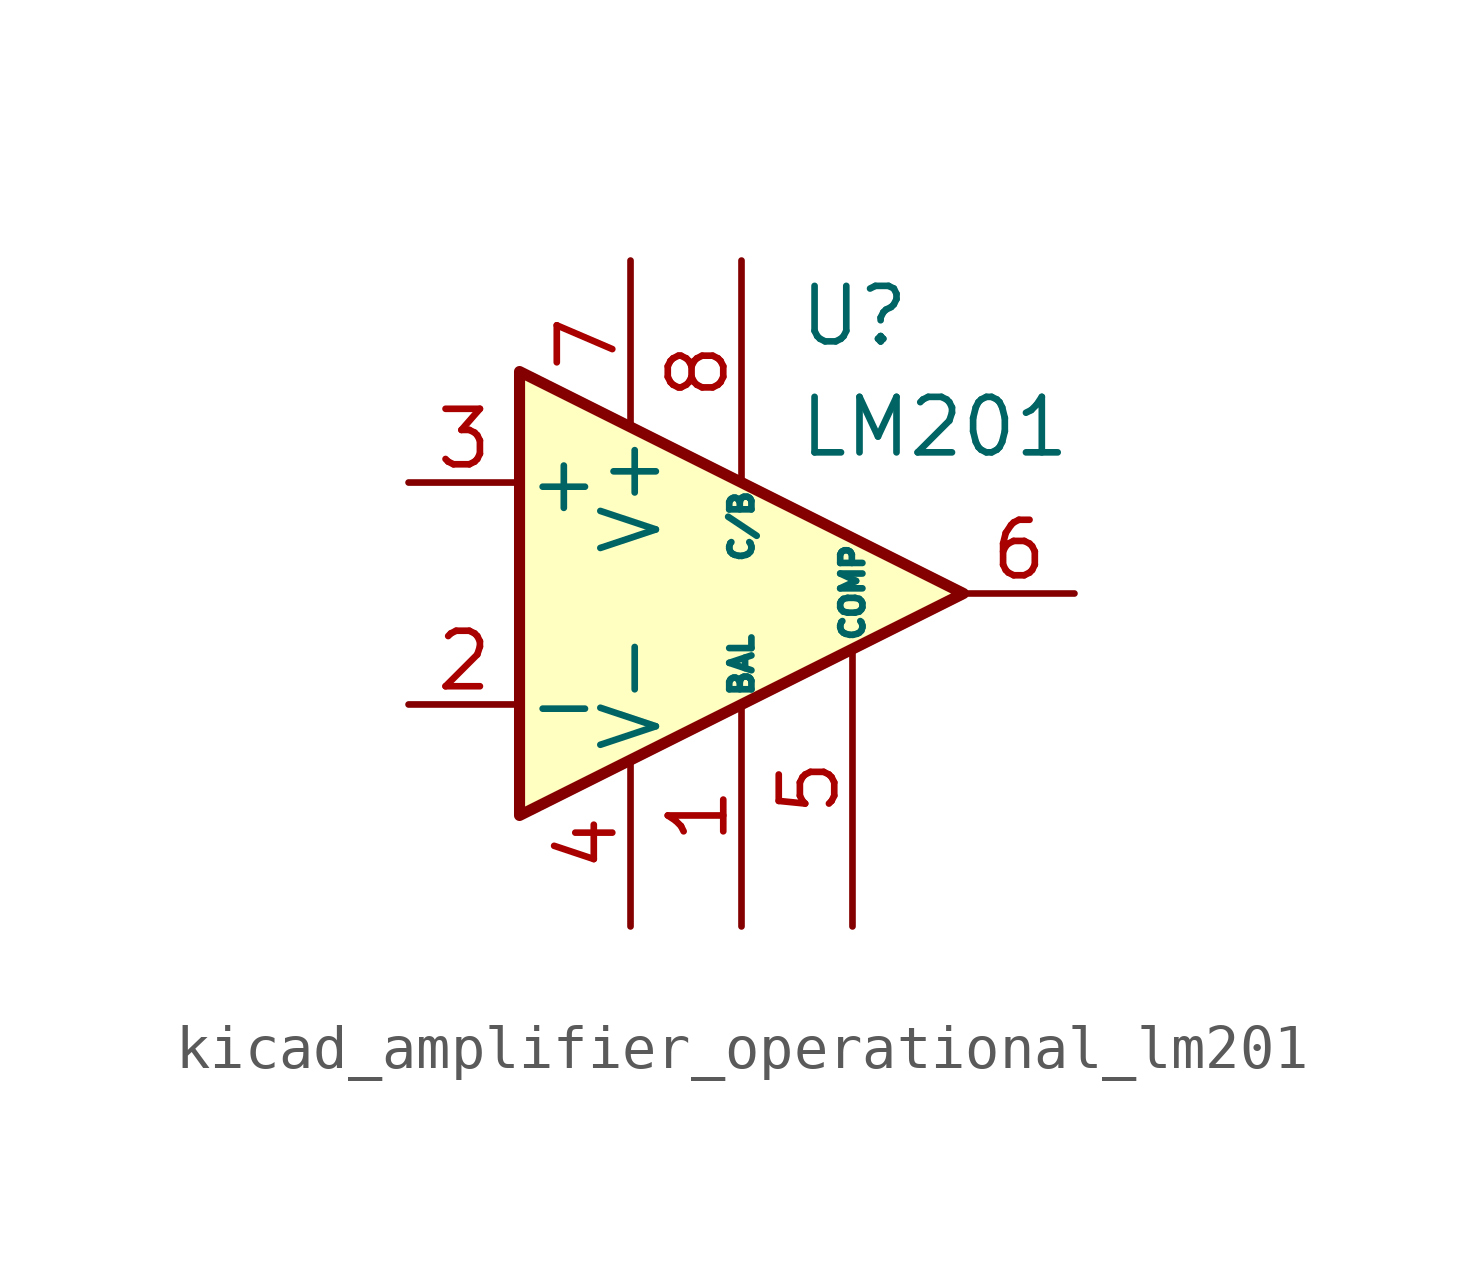
<source format=kicad_sym>
(kicad_symbol_lib
  (version 20220914)
  (generator kicad_symbol_editor)
  (symbol "kicad_amplifier_operational_lm201"
    (pin_names
      (offset 0.127))
    (property "Reference" "U"
      (at 1.27 6.35 0)
      (effects (font (size 1.27 1.27)) (justify left)))
    (property "Value" "LM201"
      (at 1.27 3.81 0)
      (effects (font (size 1.27 1.27)) (justify left)))
    (symbol "kicad_amplifier_operational_lm201_0_1"
      (polyline (pts (xy -5.08 5.08) (xy 5.08 0) (xy -5.08 -5.08) (xy -5.08 5.08)) (stroke (width 0.254) (type default)) (fill (type background))))
    (symbol "kicad_amplifier_operational_lm201_1_1"
      (pin input line (at 0 -7.62 90) (length 5.08) (name "BAL" (effects (font (size 0.508 0.508)))) (number "1" (effects (font (size 1.27 1.27)))))
      (pin input line (at -7.62 -2.54 0) (length 2.54) (name "-" (effects (font (size 1.27 1.27)))) (number "2" (effects (font (size 1.27 1.27)))))
      (pin input line (at -7.62 2.54 0) (length 2.54) (name "+" (effects (font (size 1.27 1.27)))) (number "3" (effects (font (size 1.27 1.27)))))
      (pin power_in line (at -2.54 -7.62 90) (length 3.81) (name "V-" (effects (font (size 1.27 1.27)))) (number "4" (effects (font (size 1.27 1.27)))))
      (pin input line (at 2.54 -7.62 90) (length 6.35) (name "COMP" (effects (font (size 0.508 0.508)))) (number "5" (effects (font (size 1.27 1.27)))))
      (pin output line (at 7.62 0 180) (length 2.54) (name "~" (effects (font (size 1.27 1.27)))) (number "6" (effects (font (size 1.27 1.27)))))
      (pin power_in line (at -2.54 7.62 270) (length 3.81) (name "V+" (effects (font (size 1.27 1.27)))) (number "7" (effects (font (size 1.27 1.27)))))
      (pin input line (at 0 7.62 270) (length 5.08) (name "C/B" (effects (font (size 0.508 0.508)))) (number "8" (effects (font (size 1.27 1.27))))))))
</source>
